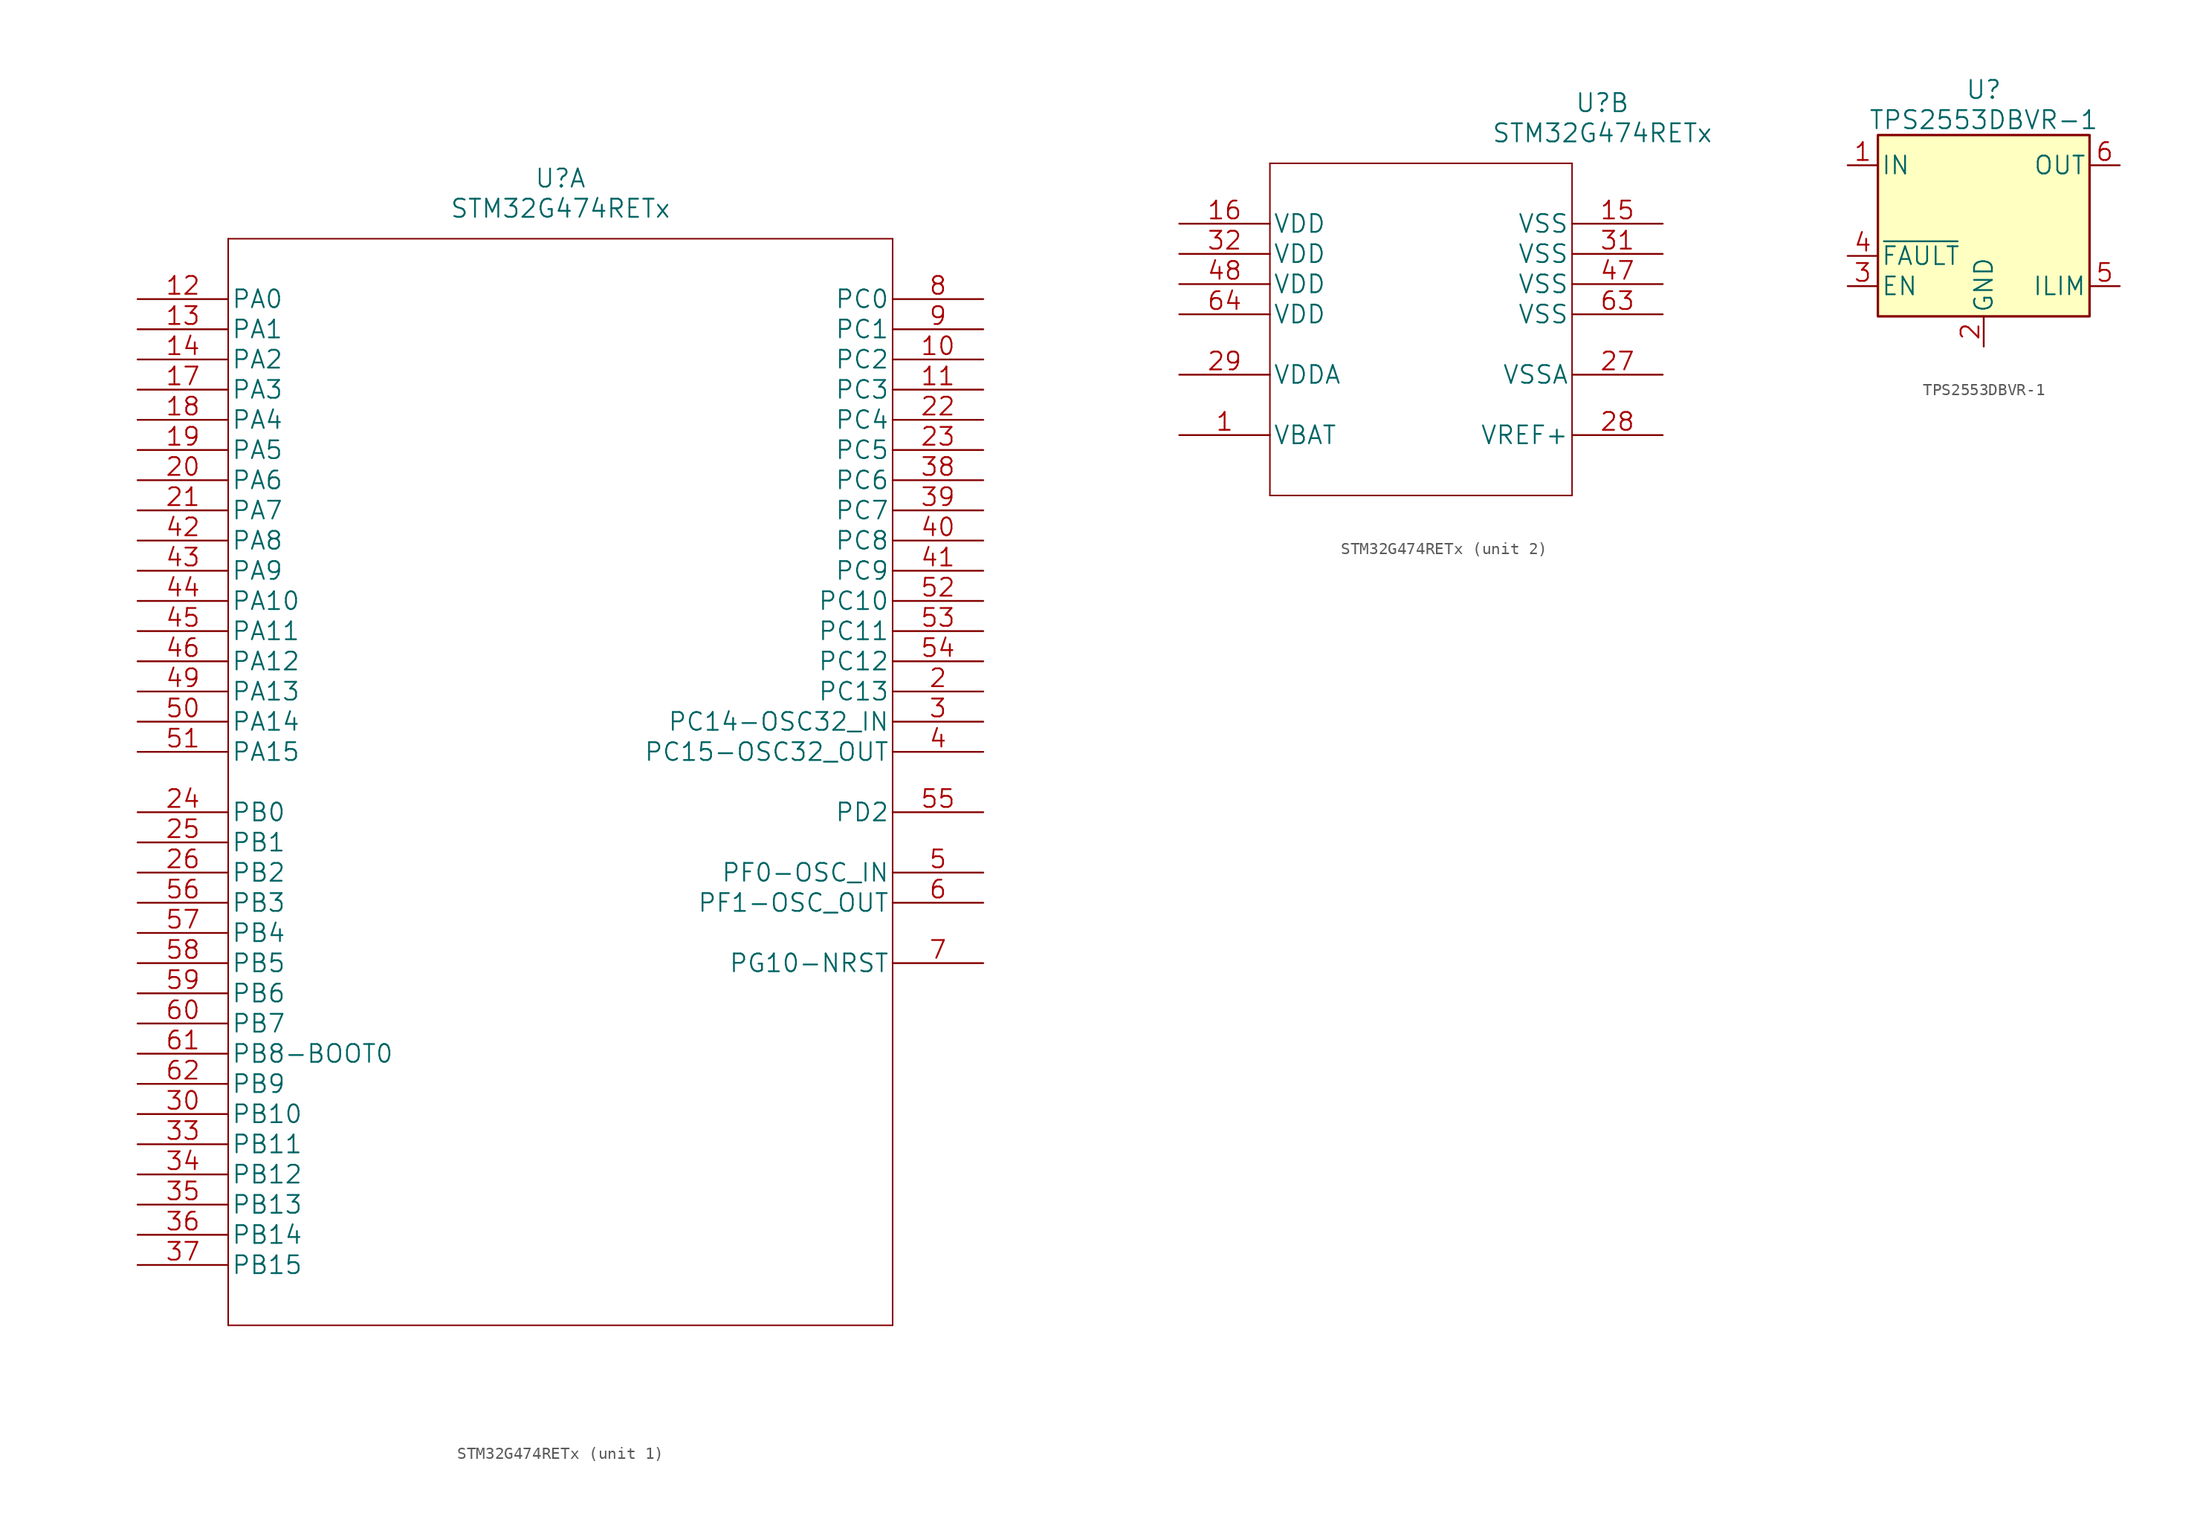
<source format=kicad_sym>
(kicad_symbol_lib
  (version 20220914)
  (generator kicad_symbol_editor)
  (symbol "STM32G474RETx"
    (pin_names
      (offset 0.254))
    (property "Reference" "U"
      (at 35.56 10.16 0)
      (effects (font (size 1.524 1.524))))
    (property "Value" "STM32G474RETx"
      (at 35.56 7.62 0)
      (effects (font (size 1.524 1.524))))
    (property "Datasheet" ""
      (at 0 0 0)
      (effects (font (size 1.524 1.524))))
    (symbol "STM32G474RETx_1_1"
      (polyline (pts (xy 7.62 -86.36) (xy 63.5 -86.36)) (stroke (width 0.127) (type solid)) (fill (type none)))
      (polyline (pts (xy 7.62 5.08) (xy 7.62 -86.36)) (stroke (width 0.127) (type solid)) (fill (type none)))
      (polyline (pts (xy 63.5 -86.36) (xy 63.5 5.08)) (stroke (width 0.127) (type solid)) (fill (type none)))
      (polyline (pts (xy 63.5 5.08) (xy 7.62 5.08)) (stroke (width 0.127) (type solid)) (fill (type none)))
      (pin bidirectional line (at 71.12 -5.08 180) (length 7.62) (name "PC2" (effects (font (size 1.499 1.499)))) (number "10" (effects (font (size 1.499 1.499)))))
      (pin bidirectional line (at 71.12 -7.62 180) (length 7.62) (name "PC3" (effects (font (size 1.499 1.499)))) (number "11" (effects (font (size 1.499 1.499)))))
      (pin bidirectional line (at 0 0 0) (length 7.62) (name "PA0" (effects (font (size 1.499 1.499)))) (number "12" (effects (font (size 1.499 1.499)))))
      (pin bidirectional line (at 0 -2.54 0) (length 7.62) (name "PA1" (effects (font (size 1.499 1.499)))) (number "13" (effects (font (size 1.499 1.499)))))
      (pin bidirectional line (at 0 -5.08 0) (length 7.62) (name "PA2" (effects (font (size 1.499 1.499)))) (number "14" (effects (font (size 1.499 1.499)))))
      (pin bidirectional line (at 0 -7.62 0) (length 7.62) (name "PA3" (effects (font (size 1.499 1.499)))) (number "17" (effects (font (size 1.499 1.499)))))
      (pin bidirectional line (at 0 -10.16 0) (length 7.62) (name "PA4" (effects (font (size 1.499 1.499)))) (number "18" (effects (font (size 1.499 1.499)))))
      (pin bidirectional line (at 0 -12.7 0) (length 7.62) (name "PA5" (effects (font (size 1.499 1.499)))) (number "19" (effects (font (size 1.499 1.499)))))
      (pin bidirectional line (at 71.12 -33.02 180) (length 7.62) (name "PC13" (effects (font (size 1.499 1.499)))) (number "2" (effects (font (size 1.499 1.499)))))
      (pin bidirectional line (at 0 -15.24 0) (length 7.62) (name "PA6" (effects (font (size 1.499 1.499)))) (number "20" (effects (font (size 1.499 1.499)))))
      (pin bidirectional line (at 0 -17.78 0) (length 7.62) (name "PA7" (effects (font (size 1.499 1.499)))) (number "21" (effects (font (size 1.499 1.499)))))
      (pin bidirectional line (at 71.12 -10.16 180) (length 7.62) (name "PC4" (effects (font (size 1.499 1.499)))) (number "22" (effects (font (size 1.499 1.499)))))
      (pin bidirectional line (at 71.12 -12.7 180) (length 7.62) (name "PC5" (effects (font (size 1.499 1.499)))) (number "23" (effects (font (size 1.499 1.499)))))
      (pin bidirectional line (at 0 -43.18 0) (length 7.62) (name "PB0" (effects (font (size 1.499 1.499)))) (number "24" (effects (font (size 1.499 1.499)))))
      (pin bidirectional line (at 0 -45.72 0) (length 7.62) (name "PB1" (effects (font (size 1.499 1.499)))) (number "25" (effects (font (size 1.499 1.499)))))
      (pin bidirectional line (at 0 -48.26 0) (length 7.62) (name "PB2" (effects (font (size 1.499 1.499)))) (number "26" (effects (font (size 1.499 1.499)))))
      (pin bidirectional line (at 71.12 -35.56 180) (length 7.62) (name "PC14-OSC32_IN" (effects (font (size 1.499 1.499)))) (number "3" (effects (font (size 1.499 1.499)))))
      (pin bidirectional line (at 0 -68.58 0) (length 7.62) (name "PB10" (effects (font (size 1.499 1.499)))) (number "30" (effects (font (size 1.499 1.499)))))
      (pin bidirectional line (at 0 -71.12 0) (length 7.62) (name "PB11" (effects (font (size 1.499 1.499)))) (number "33" (effects (font (size 1.499 1.499)))))
      (pin bidirectional line (at 0 -73.66 0) (length 7.62) (name "PB12" (effects (font (size 1.499 1.499)))) (number "34" (effects (font (size 1.499 1.499)))))
      (pin bidirectional line (at 0 -76.2 0) (length 7.62) (name "PB13" (effects (font (size 1.499 1.499)))) (number "35" (effects (font (size 1.499 1.499)))))
      (pin bidirectional line (at 0 -78.74 0) (length 7.62) (name "PB14" (effects (font (size 1.499 1.499)))) (number "36" (effects (font (size 1.499 1.499)))))
      (pin bidirectional line (at 0 -81.28 0) (length 7.62) (name "PB15" (effects (font (size 1.499 1.499)))) (number "37" (effects (font (size 1.499 1.499)))))
      (pin bidirectional line (at 71.12 -15.24 180) (length 7.62) (name "PC6" (effects (font (size 1.499 1.499)))) (number "38" (effects (font (size 1.499 1.499)))))
      (pin bidirectional line (at 71.12 -17.78 180) (length 7.62) (name "PC7" (effects (font (size 1.499 1.499)))) (number "39" (effects (font (size 1.499 1.499)))))
      (pin bidirectional line (at 71.12 -38.1 180) (length 7.62) (name "PC15-OSC32_OUT" (effects (font (size 1.499 1.499)))) (number "4" (effects (font (size 1.499 1.499)))))
      (pin bidirectional line (at 71.12 -20.32 180) (length 7.62) (name "PC8" (effects (font (size 1.499 1.499)))) (number "40" (effects (font (size 1.499 1.499)))))
      (pin bidirectional line (at 71.12 -22.86 180) (length 7.62) (name "PC9" (effects (font (size 1.499 1.499)))) (number "41" (effects (font (size 1.499 1.499)))))
      (pin bidirectional line (at 0 -20.32 0) (length 7.62) (name "PA8" (effects (font (size 1.499 1.499)))) (number "42" (effects (font (size 1.499 1.499)))))
      (pin bidirectional line (at 0 -22.86 0) (length 7.62) (name "PA9" (effects (font (size 1.499 1.499)))) (number "43" (effects (font (size 1.499 1.499)))))
      (pin bidirectional line (at 0 -25.4 0) (length 7.62) (name "PA10" (effects (font (size 1.499 1.499)))) (number "44" (effects (font (size 1.499 1.499)))))
      (pin bidirectional line (at 0 -27.94 0) (length 7.62) (name "PA11" (effects (font (size 1.499 1.499)))) (number "45" (effects (font (size 1.499 1.499)))))
      (pin bidirectional line (at 0 -30.48 0) (length 7.62) (name "PA12" (effects (font (size 1.499 1.499)))) (number "46" (effects (font (size 1.499 1.499)))))
      (pin bidirectional line (at 0 -33.02 0) (length 7.62) (name "PA13" (effects (font (size 1.499 1.499)))) (number "49" (effects (font (size 1.499 1.499)))))
      (pin bidirectional line (at 71.12 -48.26 180) (length 7.62) (name "PF0-OSC_IN" (effects (font (size 1.499 1.499)))) (number "5" (effects (font (size 1.499 1.499)))))
      (pin bidirectional line (at 0 -35.56 0) (length 7.62) (name "PA14" (effects (font (size 1.499 1.499)))) (number "50" (effects (font (size 1.499 1.499)))))
      (pin bidirectional line (at 0 -38.1 0) (length 7.62) (name "PA15" (effects (font (size 1.499 1.499)))) (number "51" (effects (font (size 1.499 1.499)))))
      (pin bidirectional line (at 71.12 -25.4 180) (length 7.62) (name "PC10" (effects (font (size 1.499 1.499)))) (number "52" (effects (font (size 1.499 1.499)))))
      (pin bidirectional line (at 71.12 -27.94 180) (length 7.62) (name "PC11" (effects (font (size 1.499 1.499)))) (number "53" (effects (font (size 1.499 1.499)))))
      (pin bidirectional line (at 71.12 -30.48 180) (length 7.62) (name "PC12" (effects (font (size 1.499 1.499)))) (number "54" (effects (font (size 1.499 1.499)))))
      (pin bidirectional line (at 71.12 -43.18 180) (length 7.62) (name "PD2" (effects (font (size 1.499 1.499)))) (number "55" (effects (font (size 1.499 1.499)))))
      (pin bidirectional line (at 0 -50.8 0) (length 7.62) (name "PB3" (effects (font (size 1.499 1.499)))) (number "56" (effects (font (size 1.499 1.499)))))
      (pin bidirectional line (at 0 -53.34 0) (length 7.62) (name "PB4" (effects (font (size 1.499 1.499)))) (number "57" (effects (font (size 1.499 1.499)))))
      (pin bidirectional line (at 0 -55.88 0) (length 7.62) (name "PB5" (effects (font (size 1.499 1.499)))) (number "58" (effects (font (size 1.499 1.499)))))
      (pin bidirectional line (at 0 -58.42 0) (length 7.62) (name "PB6" (effects (font (size 1.499 1.499)))) (number "59" (effects (font (size 1.499 1.499)))))
      (pin bidirectional line (at 71.12 -50.8 180) (length 7.62) (name "PF1-OSC_OUT" (effects (font (size 1.499 1.499)))) (number "6" (effects (font (size 1.499 1.499)))))
      (pin bidirectional line (at 0 -60.96 0) (length 7.62) (name "PB7" (effects (font (size 1.499 1.499)))) (number "60" (effects (font (size 1.499 1.499)))))
      (pin bidirectional line (at 0 -63.5 0) (length 7.62) (name "PB8-BOOT0" (effects (font (size 1.499 1.499)))) (number "61" (effects (font (size 1.499 1.499)))))
      (pin bidirectional line (at 0 -66.04 0) (length 7.62) (name "PB9" (effects (font (size 1.499 1.499)))) (number "62" (effects (font (size 1.499 1.499)))))
      (pin bidirectional line (at 71.12 -55.88 180) (length 7.62) (name "PG10-NRST" (effects (font (size 1.499 1.499)))) (number "7" (effects (font (size 1.499 1.499)))))
      (pin bidirectional line (at 71.12 0 180) (length 7.62) (name "PC0" (effects (font (size 1.499 1.499)))) (number "8" (effects (font (size 1.499 1.499)))))
      (pin bidirectional line (at 71.12 -2.54 180) (length 7.62) (name "PC1" (effects (font (size 1.499 1.499)))) (number "9" (effects (font (size 1.499 1.499))))))
    (symbol "STM32G474RETx_2_1"
      (polyline (pts (xy 7.62 -22.86) (xy 33.02 -22.86)) (stroke (width 0.127) (type solid)) (fill (type none)))
      (polyline (pts (xy 7.62 5.08) (xy 7.62 -22.86)) (stroke (width 0.127) (type solid)) (fill (type none)))
      (polyline (pts (xy 33.02 -22.86) (xy 33.02 5.08)) (stroke (width 0.127) (type solid)) (fill (type none)))
      (polyline (pts (xy 33.02 5.08) (xy 7.62 5.08)) (stroke (width 0.127) (type solid)) (fill (type none)))
      (pin power_in line (at 0 -17.78 0) (length 7.62) (name "VBAT" (effects (font (size 1.499 1.499)))) (number "1" (effects (font (size 1.499 1.499)))))
      (pin power_in line (at 40.64 0 180) (length 7.62) (name "VSS" (effects (font (size 1.499 1.499)))) (number "15" (effects (font (size 1.499 1.499)))))
      (pin power_in line (at 0 0 0) (length 7.62) (name "VDD" (effects (font (size 1.499 1.499)))) (number "16" (effects (font (size 1.499 1.499)))))
      (pin power_in line (at 40.64 -12.7 180) (length 7.62) (name "VSSA" (effects (font (size 1.499 1.499)))) (number "27" (effects (font (size 1.499 1.499)))))
      (pin power_in line (at 40.64 -17.78 180) (length 7.62) (name "VREF+" (effects (font (size 1.499 1.499)))) (number "28" (effects (font (size 1.499 1.499)))))
      (pin power_in line (at 0 -12.7 0) (length 7.62) (name "VDDA" (effects (font (size 1.499 1.499)))) (number "29" (effects (font (size 1.499 1.499)))))
      (pin power_in line (at 40.64 -2.54 180) (length 7.62) (name "VSS" (effects (font (size 1.499 1.499)))) (number "31" (effects (font (size 1.499 1.499)))))
      (pin power_in line (at 0 -2.54 0) (length 7.62) (name "VDD" (effects (font (size 1.499 1.499)))) (number "32" (effects (font (size 1.499 1.499)))))
      (pin power_in line (at 40.64 -5.08 180) (length 7.62) (name "VSS" (effects (font (size 1.499 1.499)))) (number "47" (effects (font (size 1.499 1.499)))))
      (pin power_in line (at 0 -5.08 0) (length 7.62) (name "VDD" (effects (font (size 1.499 1.499)))) (number "48" (effects (font (size 1.499 1.499)))))
      (pin power_in line (at 40.64 -7.62 180) (length 7.62) (name "VSS" (effects (font (size 1.499 1.499)))) (number "63" (effects (font (size 1.499 1.499)))))
      (pin power_in line (at 0 -7.62 0) (length 7.62) (name "VDD" (effects (font (size 1.499 1.499)))) (number "64" (effects (font (size 1.499 1.499)))))))
  (symbol "TPS2553DBVR-1"
    (pin_names
      (offset 0.254))
    (property "Reference" "U"
      (at 0 11.43 0)
      (effects (font (size 1.524 1.524))))
    (property "Value" "TPS2553DBVR-1"
      (at 0 8.89 0)
      (effects (font (size 1.524 1.524))))
    (property "Datasheet" ""
      (at 0 0 0)
      (effects (font (size 1.524 1.524))))
    (property "ki_locked" ""
      (at 0 0 0)
      (effects (font (size 1.27 1.27))))
    (symbol "TPS2553DBVR-1_1_1"
      (rectangle (start -8.89 -7.62) (end 8.89 7.62) (stroke (width 0.203) (type solid)) (fill (type background)))
      (pin power_in line (at -11.43 5.08 0) (length 2.54) (name "IN" (effects (font (size 1.499 1.499)))) (number "1" (effects (font (size 1.499 1.499)))))
      (pin power_in line (at 0 -10.16 90) (length 2.54) (name "GND" (effects (font (size 1.499 1.499)))) (number "2" (effects (font (size 1.499 1.499)))))
      (pin input line (at -11.43 -5.08 0) (length 2.54) (name "EN" (effects (font (size 1.499 1.499)))) (number "3" (effects (font (size 1.499 1.499)))))
      (pin open_collector line (at -11.43 -2.54 0) (length 2.54) (name "~{FAULT}" (effects (font (size 1.499 1.499)))) (number "4" (effects (font (size 1.499 1.499)))))
      (pin input line (at 11.43 -5.08 180) (length 2.54) (name "ILIM" (effects (font (size 1.499 1.499)))) (number "5" (effects (font (size 1.499 1.499)))))
      (pin power_out line (at 11.43 5.08 180) (length 2.54) (name "OUT" (effects (font (size 1.499 1.499)))) (number "6" (effects (font (size 1.499 1.499))))))))
</source>
